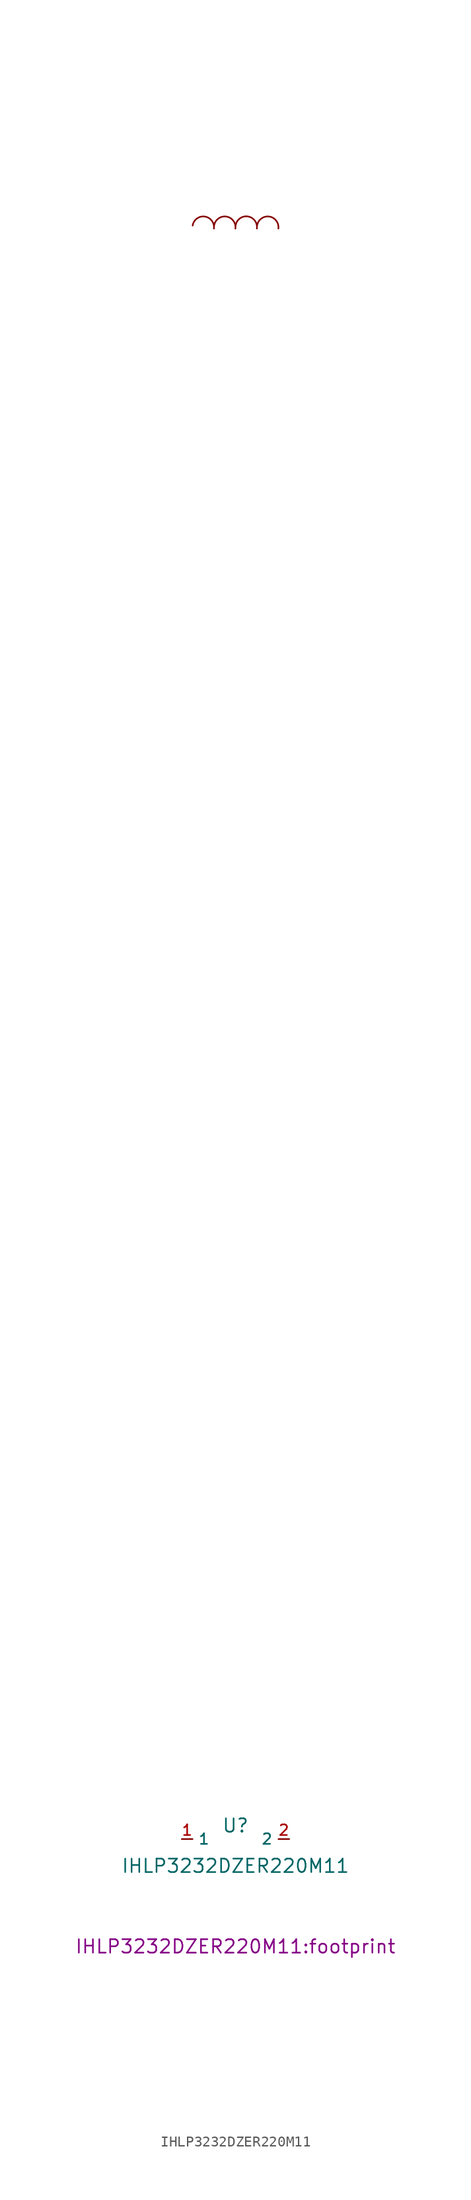
<source format=kicad_sym>
(kicad_symbol_lib
  (version 20210201)
  (generator TousstNicolas/JLC2KiCad_lib)
  (symbol "IHLP3232DZER220M11"
    (property "Reference" "U"
      (at 0 1.27 0)
      (effects (font (size 1.27 1.27))))
    (property "Value" "IHLP3232DZER220M11"
      (at 0 -2.54 0)
      (effects (font (size 1.27 1.27))))
    (property "Footprint" "IHLP3232DZER220M11:footprint"
      (at 0 -10.16 0))
    (symbol "IHLP3232DZER220M11_0_1"
      (pin unspecified line (at 5.08 -0.0 180) (length 1.016) (name "2" (effects (font (size 1 1)))) (number "2" (effects (font (size 1 1)))))
      (pin unspecified line (at -5.08 -0.0 0) (length 1.016) (name "1" (effects (font (size 1 1)))) (number "1" (effects (font (size 1 1)))))
      (arc (start -2.041878763884499 152.2589971530446) (mid -2.9066984615212488 153.40643219490732) (end -4.0541334922236425 152.54161248246314) (stroke (width 0) (type default) (color 0 0 0 0)) (fill (type none)))
      (arc (start -0.009874699876370796 152.2589971530446) (mid -0.8746943975131207 153.40643219490732) (end -2.0221294282155147 152.54161248246314) (stroke (width 0) (type default) (color 0 0 0 0)) (fill (type none)))
      (arc (start 4.0541334281398855 152.2589971530446) (mid 3.1893137305031356 153.40643219490732) (end 2.0418786998007414 152.54161248246314) (stroke (width 0) (type default) (color 0 0 0 0)) (fill (type none)))
      (arc (start 2.0221293641317573 152.2589971530446) (mid 1.1573096664950073 153.40643219490732) (end 0.009874635792613502 152.54161248246314) (stroke (width 0) (type default) (color 0 0 0 0)) (fill (type none))))))
</source>
